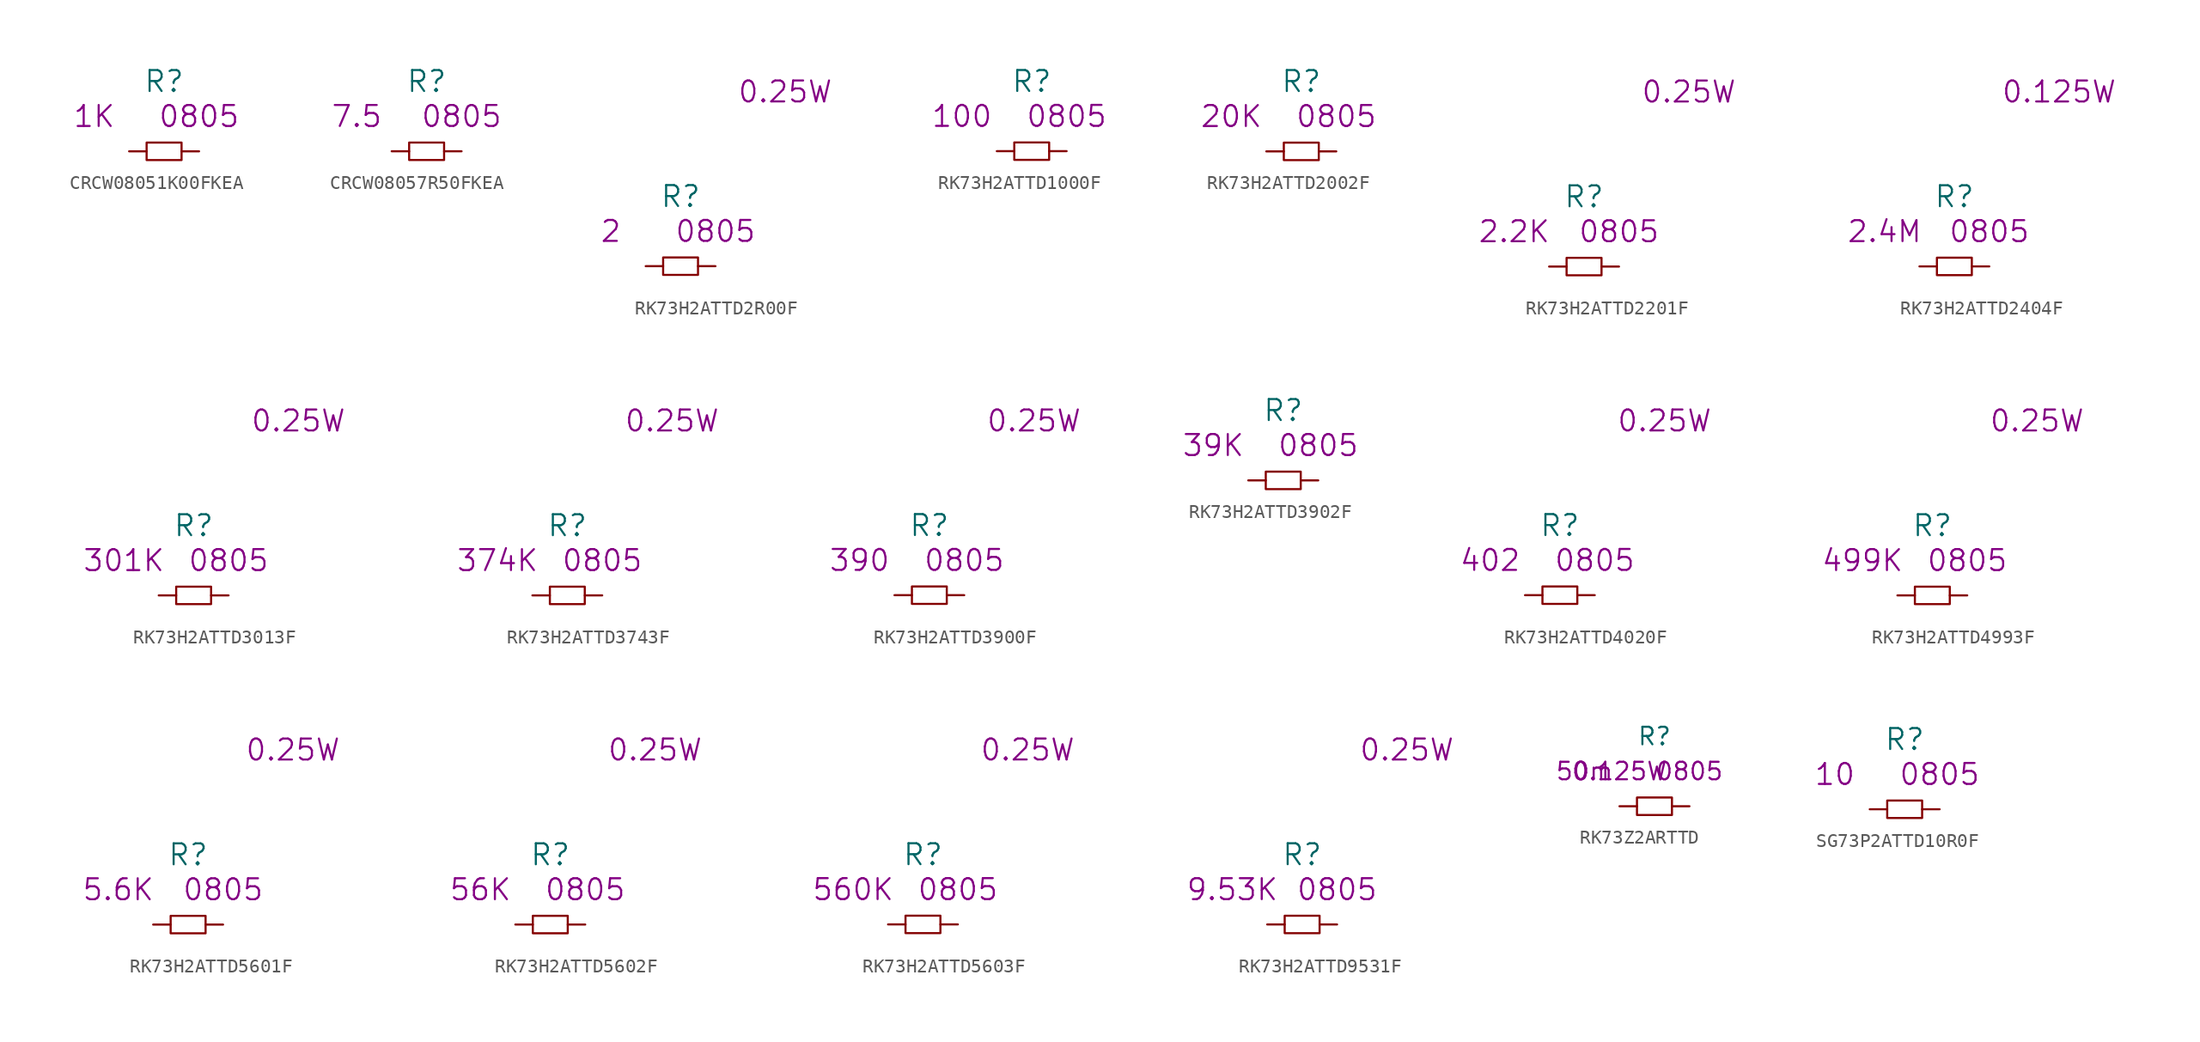
<source format=kicad_sym>
(kicad_symbol_lib
  (version 20220914)
  (generator kicad_symbol_editor)
  (symbol "CRCW08051K00FKEA"
    (pin_numbers hide)
    (pin_names
      (offset 1.016) hide)
    (property "Reference" "R"
      (at 0 5.08 0)
      (effects (font (size 1.524 1.524))))
    (property "Size" "0805"
      (at 2.54 2.54 0)
      (effects (font (size 1.524 1.524))))
    (property "Value2" "1K"
      (at -5.08 2.54 0)
      (effects (font (size 1.524 1.524))))
    (symbol "CRCW08051K00FKEA_0_1"
      (rectangle (start -1.27 0.635) (end 1.27 -0.635) (stroke (width 0) (type solid)) (fill (type none))))
    (symbol "CRCW08051K00FKEA_1_1"
      (pin passive line (at -2.54 0 0) (length 1.27) (name "1" (effects (font (size 1.27 1.27)))) (number "1" (effects (font (size 1.27 1.27)))))
      (pin passive line (at 2.54 0 180) (length 1.27) (name "2" (effects (font (size 1.27 1.27)))) (number "2" (effects (font (size 1.27 1.27)))))))
  (symbol "CRCW08057R50FKEA"
    (pin_numbers hide)
    (pin_names
      (offset 1.016) hide)
    (property "Reference" "R"
      (at 0 5.08 0)
      (effects (font (size 1.524 1.524))))
    (property "Size" "0805"
      (at 2.54 2.54 0)
      (effects (font (size 1.524 1.524))))
    (property "Value2" "7.5"
      (at -5.08 2.54 0)
      (effects (font (size 1.524 1.524))))
    (symbol "CRCW08057R50FKEA_0_1"
      (rectangle (start -1.27 0.635) (end 1.27 -0.635) (stroke (width 0) (type solid)) (fill (type none))))
    (symbol "CRCW08057R50FKEA_1_1"
      (pin passive line (at -2.54 0 0) (length 1.27) (name "1" (effects (font (size 1.27 1.27)))) (number "1" (effects (font (size 1.27 1.27)))))
      (pin passive line (at 2.54 0 180) (length 1.27) (name "2" (effects (font (size 1.27 1.27)))) (number "2" (effects (font (size 1.27 1.27)))))))
  (symbol "RK73H2ATTD2R00F"
    (pin_numbers hide)
    (pin_names
      (offset 1.016) hide)
    (property "Reference" "R"
      (at 0 5.08 0)
      (effects (font (size 1.524 1.524))))
    (property "Size" "0805"
      (at 2.54 2.54 0)
      (effects (font (size 1.524 1.524))))
    (property "Value2" "2"
      (at -5.08 2.54 0)
      (effects (font (size 1.524 1.524))))
    (property "Rating" "0.25W"
      (at 7.62 12.7 0)
      (effects (font (size 1.524 1.524))))
    (symbol "RK73H2ATTD2R00F_0_1"
      (rectangle (start -1.27 0.635) (end 1.27 -0.635) (stroke (width 0) (type solid)) (fill (type none))))
    (symbol "RK73H2ATTD2R00F_1_1"
      (pin passive line (at -2.54 0 0) (length 1.27) (name "1" (effects (font (size 1.27 1.27)))) (number "1" (effects (font (size 1.27 1.27)))))
      (pin passive line (at 2.54 0 180) (length 1.27) (name "2" (effects (font (size 1.27 1.27)))) (number "2" (effects (font (size 1.27 1.27)))))))
  (symbol "RK73H2ATTD1000F"
    (pin_numbers hide)
    (pin_names
      (offset 1.016) hide)
    (property "Reference" "R"
      (at 0 5.08 0)
      (effects (font (size 1.524 1.524))))
    (property "Size" "0805"
      (at 2.54 2.54 0)
      (effects (font (size 1.524 1.524))))
    (property "Value2" "100"
      (at -5.08 2.54 0)
      (effects (font (size 1.524 1.524))))
    (symbol "RK73H2ATTD1000F_0_1"
      (rectangle (start -1.27 0.635) (end 1.27 -0.635) (stroke (width 0) (type solid)) (fill (type none))))
    (symbol "RK73H2ATTD1000F_1_1"
      (pin passive line (at -2.54 0 0) (length 1.27) (name "1" (effects (font (size 1.27 1.27)))) (number "1" (effects (font (size 1.27 1.27)))))
      (pin passive line (at 2.54 0 180) (length 1.27) (name "2" (effects (font (size 1.27 1.27)))) (number "2" (effects (font (size 1.27 1.27)))))))
  (symbol "RK73H2ATTD2002F"
    (pin_numbers hide)
    (pin_names
      (offset 1.016) hide)
    (property "Reference" "R"
      (at 0 5.08 0)
      (effects (font (size 1.524 1.524))))
    (property "Size" "0805"
      (at 2.54 2.54 0)
      (effects (font (size 1.524 1.524))))
    (property "Value2" "20K"
      (at -5.08 2.54 0)
      (effects (font (size 1.524 1.524))))
    (symbol "RK73H2ATTD2002F_0_1"
      (rectangle (start -1.27 0.635) (end 1.27 -0.635) (stroke (width 0) (type solid)) (fill (type none))))
    (symbol "RK73H2ATTD2002F_1_1"
      (pin passive line (at -2.54 0 0) (length 1.27) (name "1" (effects (font (size 1.27 1.27)))) (number "1" (effects (font (size 1.27 1.27)))))
      (pin passive line (at 2.54 0 180) (length 1.27) (name "2" (effects (font (size 1.27 1.27)))) (number "2" (effects (font (size 1.27 1.27)))))))
  (symbol "RK73H2ATTD2201F"
    (pin_numbers hide)
    (pin_names
      (offset 1.016) hide)
    (property "Reference" "R"
      (at 0 5.08 0)
      (effects (font (size 1.524 1.524))))
    (property "Size" "0805"
      (at 2.54 2.54 0)
      (effects (font (size 1.524 1.524))))
    (property "Value2" "2.2K"
      (at -5.08 2.54 0)
      (effects (font (size 1.524 1.524))))
    (property "Rating" "0.25W"
      (at 7.62 12.7 0)
      (effects (font (size 1.524 1.524))))
    (symbol "RK73H2ATTD2201F_0_1"
      (rectangle (start -1.27 0.635) (end 1.27 -0.635) (stroke (width 0) (type solid)) (fill (type none))))
    (symbol "RK73H2ATTD2201F_1_1"
      (pin passive line (at -2.54 0 0) (length 1.27) (name "1" (effects (font (size 1.27 1.27)))) (number "1" (effects (font (size 1.27 1.27)))))
      (pin passive line (at 2.54 0 180) (length 1.27) (name "2" (effects (font (size 1.27 1.27)))) (number "2" (effects (font (size 1.27 1.27)))))))
  (symbol "RK73H2ATTD2404F"
    (pin_numbers hide)
    (pin_names
      (offset 1.016) hide)
    (property "Reference" "R"
      (at 0 5.08 0)
      (effects (font (size 1.524 1.524))))
    (property "Size" "0805"
      (at 2.54 2.54 0)
      (effects (font (size 1.524 1.524))))
    (property "Value2" "2.4M"
      (at -5.08 2.54 0)
      (effects (font (size 1.524 1.524))))
    (property "Rating" "0.125W"
      (at 7.62 12.7 0)
      (effects (font (size 1.524 1.524))))
    (symbol "RK73H2ATTD2404F_0_1"
      (rectangle (start -1.27 0.635) (end 1.27 -0.635) (stroke (width 0) (type solid)) (fill (type none))))
    (symbol "RK73H2ATTD2404F_1_1"
      (pin passive line (at -2.54 0 0) (length 1.27) (name "1" (effects (font (size 1.27 1.27)))) (number "1" (effects (font (size 1.27 1.27)))))
      (pin passive line (at 2.54 0 180) (length 1.27) (name "2" (effects (font (size 1.27 1.27)))) (number "2" (effects (font (size 1.27 1.27)))))))
  (symbol "RK73H2ATTD3013F"
    (pin_numbers hide)
    (pin_names
      (offset 1.016) hide)
    (property "Reference" "R"
      (at 0 5.08 0)
      (effects (font (size 1.524 1.524))))
    (property "Size" "0805"
      (at 2.54 2.54 0)
      (effects (font (size 1.524 1.524))))
    (property "Value2" "301K"
      (at -5.08 2.54 0)
      (effects (font (size 1.524 1.524))))
    (property "Rating" "0.25W"
      (at 7.62 12.7 0)
      (effects (font (size 1.524 1.524))))
    (symbol "RK73H2ATTD3013F_0_1"
      (rectangle (start -1.27 0.635) (end 1.27 -0.635) (stroke (width 0) (type solid)) (fill (type none))))
    (symbol "RK73H2ATTD3013F_1_1"
      (pin passive line (at -2.54 0 0) (length 1.27) (name "1" (effects (font (size 1.27 1.27)))) (number "1" (effects (font (size 1.27 1.27)))))
      (pin passive line (at 2.54 0 180) (length 1.27) (name "2" (effects (font (size 1.27 1.27)))) (number "2" (effects (font (size 1.27 1.27)))))))
  (symbol "RK73H2ATTD3743F"
    (pin_numbers hide)
    (pin_names
      (offset 1.016) hide)
    (property "Reference" "R"
      (at 0 5.08 0)
      (effects (font (size 1.524 1.524))))
    (property "Size" "0805"
      (at 2.54 2.54 0)
      (effects (font (size 1.524 1.524))))
    (property "Value2" "374K"
      (at -5.08 2.54 0)
      (effects (font (size 1.524 1.524))))
    (property "Rating" "0.25W"
      (at 7.62 12.7 0)
      (effects (font (size 1.524 1.524))))
    (symbol "RK73H2ATTD3743F_0_1"
      (rectangle (start -1.27 0.635) (end 1.27 -0.635) (stroke (width 0) (type solid)) (fill (type none))))
    (symbol "RK73H2ATTD3743F_1_1"
      (pin passive line (at -2.54 0 0) (length 1.27) (name "1" (effects (font (size 1.27 1.27)))) (number "1" (effects (font (size 1.27 1.27)))))
      (pin passive line (at 2.54 0 180) (length 1.27) (name "2" (effects (font (size 1.27 1.27)))) (number "2" (effects (font (size 1.27 1.27)))))))
  (symbol "RK73H2ATTD3900F"
    (pin_numbers hide)
    (pin_names
      (offset 1.016) hide)
    (property "Reference" "R"
      (at 0 5.08 0)
      (effects (font (size 1.524 1.524))))
    (property "Size" "0805"
      (at 2.54 2.54 0)
      (effects (font (size 1.524 1.524))))
    (property "Value2" "390"
      (at -5.08 2.54 0)
      (effects (font (size 1.524 1.524))))
    (property "Rating" "0.25W"
      (at 7.62 12.7 0)
      (effects (font (size 1.524 1.524))))
    (symbol "RK73H2ATTD3900F_0_1"
      (rectangle (start -1.27 0.635) (end 1.27 -0.635) (stroke (width 0) (type solid)) (fill (type none))))
    (symbol "RK73H2ATTD3900F_1_1"
      (pin passive line (at -2.54 0 0) (length 1.27) (name "1" (effects (font (size 1.27 1.27)))) (number "1" (effects (font (size 1.27 1.27)))))
      (pin passive line (at 2.54 0 180) (length 1.27) (name "2" (effects (font (size 1.27 1.27)))) (number "2" (effects (font (size 1.27 1.27)))))))
  (symbol "RK73H2ATTD3902F"
    (pin_numbers hide)
    (pin_names
      (offset 1.016) hide)
    (property "Reference" "R"
      (at 0 5.08 0)
      (effects (font (size 1.524 1.524))))
    (property "Size" "0805"
      (at 2.54 2.54 0)
      (effects (font (size 1.524 1.524))))
    (property "Value2" "39K"
      (at -5.08 2.54 0)
      (effects (font (size 1.524 1.524))))
    (symbol "RK73H2ATTD3902F_0_1"
      (rectangle (start -1.27 0.635) (end 1.27 -0.635) (stroke (width 0) (type solid)) (fill (type none))))
    (symbol "RK73H2ATTD3902F_1_1"
      (pin passive line (at -2.54 0 0) (length 1.27) (name "1" (effects (font (size 1.27 1.27)))) (number "1" (effects (font (size 1.27 1.27)))))
      (pin passive line (at 2.54 0 180) (length 1.27) (name "2" (effects (font (size 1.27 1.27)))) (number "2" (effects (font (size 1.27 1.27)))))))
  (symbol "RK73H2ATTD4020F"
    (pin_numbers hide)
    (pin_names
      (offset 1.016) hide)
    (property "Reference" "R"
      (at 0 5.08 0)
      (effects (font (size 1.524 1.524))))
    (property "Size" "0805"
      (at 2.54 2.54 0)
      (effects (font (size 1.524 1.524))))
    (property "Value2" "402"
      (at -5.08 2.54 0)
      (effects (font (size 1.524 1.524))))
    (property "Rating" "0.25W"
      (at 7.62 12.7 0)
      (effects (font (size 1.524 1.524))))
    (symbol "RK73H2ATTD4020F_0_1"
      (rectangle (start -1.27 0.635) (end 1.27 -0.635) (stroke (width 0) (type solid)) (fill (type none))))
    (symbol "RK73H2ATTD4020F_1_1"
      (pin passive line (at -2.54 0 0) (length 1.27) (name "1" (effects (font (size 1.27 1.27)))) (number "1" (effects (font (size 1.27 1.27)))))
      (pin passive line (at 2.54 0 180) (length 1.27) (name "2" (effects (font (size 1.27 1.27)))) (number "2" (effects (font (size 1.27 1.27)))))))
  (symbol "RK73H2ATTD4993F"
    (pin_numbers hide)
    (pin_names
      (offset 1.016) hide)
    (property "Reference" "R"
      (at 0 5.08 0)
      (effects (font (size 1.524 1.524))))
    (property "Size" "0805"
      (at 2.54 2.54 0)
      (effects (font (size 1.524 1.524))))
    (property "Value2" "499K"
      (at -5.08 2.54 0)
      (effects (font (size 1.524 1.524))))
    (property "Rating" "0.25W"
      (at 7.62 12.7 0)
      (effects (font (size 1.524 1.524))))
    (symbol "RK73H2ATTD4993F_0_1"
      (rectangle (start -1.27 0.635) (end 1.27 -0.635) (stroke (width 0) (type solid)) (fill (type none))))
    (symbol "RK73H2ATTD4993F_1_1"
      (pin passive line (at -2.54 0 0) (length 1.27) (name "1" (effects (font (size 1.27 1.27)))) (number "1" (effects (font (size 1.27 1.27)))))
      (pin passive line (at 2.54 0 180) (length 1.27) (name "2" (effects (font (size 1.27 1.27)))) (number "2" (effects (font (size 1.27 1.27)))))))
  (symbol "RK73H2ATTD5601F"
    (pin_numbers hide)
    (pin_names
      (offset 1.016) hide)
    (property "Reference" "R"
      (at 0 5.08 0)
      (effects (font (size 1.524 1.524))))
    (property "Size" "0805"
      (at 2.54 2.54 0)
      (effects (font (size 1.524 1.524))))
    (property "Value2" "5.6K"
      (at -5.08 2.54 0)
      (effects (font (size 1.524 1.524))))
    (property "Rating" "0.25W"
      (at 7.62 12.7 0)
      (effects (font (size 1.524 1.524))))
    (symbol "RK73H2ATTD5601F_0_1"
      (rectangle (start -1.27 0.635) (end 1.27 -0.635) (stroke (width 0) (type solid)) (fill (type none))))
    (symbol "RK73H2ATTD5601F_1_1"
      (pin passive line (at -2.54 0 0) (length 1.27) (name "1" (effects (font (size 1.27 1.27)))) (number "1" (effects (font (size 1.27 1.27)))))
      (pin passive line (at 2.54 0 180) (length 1.27) (name "2" (effects (font (size 1.27 1.27)))) (number "2" (effects (font (size 1.27 1.27)))))))
  (symbol "RK73H2ATTD5602F"
    (pin_numbers hide)
    (pin_names
      (offset 1.016) hide)
    (property "Reference" "R"
      (at 0 5.08 0)
      (effects (font (size 1.524 1.524))))
    (property "Size" "0805"
      (at 2.54 2.54 0)
      (effects (font (size 1.524 1.524))))
    (property "Value2" "56K"
      (at -5.08 2.54 0)
      (effects (font (size 1.524 1.524))))
    (property "Rating" "0.25W"
      (at 7.62 12.7 0)
      (effects (font (size 1.524 1.524))))
    (symbol "RK73H2ATTD5602F_0_1"
      (rectangle (start -1.27 0.635) (end 1.27 -0.635) (stroke (width 0) (type solid)) (fill (type none))))
    (symbol "RK73H2ATTD5602F_1_1"
      (pin passive line (at -2.54 0 0) (length 1.27) (name "1" (effects (font (size 1.27 1.27)))) (number "1" (effects (font (size 1.27 1.27)))))
      (pin passive line (at 2.54 0 180) (length 1.27) (name "2" (effects (font (size 1.27 1.27)))) (number "2" (effects (font (size 1.27 1.27)))))))
  (symbol "RK73H2ATTD5603F"
    (pin_numbers hide)
    (pin_names
      (offset 1.016) hide)
    (property "Reference" "R"
      (at 0 5.08 0)
      (effects (font (size 1.524 1.524))))
    (property "Size" "0805"
      (at 2.54 2.54 0)
      (effects (font (size 1.524 1.524))))
    (property "Value2" "560K"
      (at -5.08 2.54 0)
      (effects (font (size 1.524 1.524))))
    (property "Rating" "0.25W"
      (at 7.62 12.7 0)
      (effects (font (size 1.524 1.524))))
    (symbol "RK73H2ATTD5603F_0_1"
      (rectangle (start -1.27 0.635) (end 1.27 -0.635) (stroke (width 0) (type solid)) (fill (type none))))
    (symbol "RK73H2ATTD5603F_1_1"
      (pin passive line (at -2.54 0 0) (length 1.27) (name "1" (effects (font (size 1.27 1.27)))) (number "1" (effects (font (size 1.27 1.27)))))
      (pin passive line (at 2.54 0 180) (length 1.27) (name "2" (effects (font (size 1.27 1.27)))) (number "2" (effects (font (size 1.27 1.27)))))))
  (symbol "RK73H2ATTD9531F"
    (pin_numbers hide)
    (pin_names
      (offset 1.016) hide)
    (property "Reference" "R"
      (at 0 5.08 0)
      (effects (font (size 1.524 1.524))))
    (property "Size" "0805"
      (at 2.54 2.54 0)
      (effects (font (size 1.524 1.524))))
    (property "Value2" "9.53K"
      (at -5.08 2.54 0)
      (effects (font (size 1.524 1.524))))
    (property "Rating" "0.25W"
      (at 7.62 12.7 0)
      (effects (font (size 1.524 1.524))))
    (symbol "RK73H2ATTD9531F_0_1"
      (rectangle (start -1.27 0.635) (end 1.27 -0.635) (stroke (width 0) (type solid)) (fill (type none))))
    (symbol "RK73H2ATTD9531F_1_1"
      (pin passive line (at -2.54 0 0) (length 1.27) (name "1" (effects (font (size 1.27 1.27)))) (number "1" (effects (font (size 1.27 1.27)))))
      (pin passive line (at 2.54 0 180) (length 1.27) (name "2" (effects (font (size 1.27 1.27)))) (number "2" (effects (font (size 1.27 1.27)))))))
  (symbol "RK73Z2ARTTD"
    (pin_numbers hide)
    (pin_names
      (offset 1.016) hide)
    (property "Reference" "R"
      (at 0 5.08 0)
      (effects (font (size 1.27 1.27))))
    (property "Size" "0805"
      (at 2.54 2.54 0)
      (effects (font (size 1.27 1.27))))
    (property "Value2" "50m"
      (at -5.08 2.54 0)
      (effects (font (size 1.27 1.27))))
    (property "Rating" "0.125W"
      (at -2.54 2.54 0)
      (effects (font (size 1.27 1.27))))
    (symbol "RK73Z2ARTTD_0_1"
      (rectangle (start -1.27 0.635) (end 1.27 -0.635) (stroke (width 0) (type solid)) (fill (type none))))
    (symbol "RK73Z2ARTTD_1_1"
      (pin passive line (at -2.54 0 0) (length 1.27) (name "1" (effects (font (size 1.27 1.27)))) (number "1" (effects (font (size 1.27 1.27)))))
      (pin passive line (at 2.54 0 180) (length 1.27) (name "2" (effects (font (size 1.27 1.27)))) (number "2" (effects (font (size 1.27 1.27)))))))
  (symbol "SG73P2ATTD10R0F"
    (pin_numbers hide)
    (pin_names
      (offset 1.016) hide)
    (property "Reference" "R"
      (at 0 5.08 0)
      (effects (font (size 1.524 1.524))))
    (property "Size" "0805"
      (at 2.54 2.54 0)
      (effects (font (size 1.524 1.524))))
    (property "Value2" "10"
      (at -5.08 2.54 0)
      (effects (font (size 1.524 1.524))))
    (symbol "SG73P2ATTD10R0F_0_1"
      (rectangle (start -1.27 0.635) (end 1.27 -0.635) (stroke (width 0) (type solid)) (fill (type none))))
    (symbol "SG73P2ATTD10R0F_1_1"
      (pin passive line (at -2.54 0 0) (length 1.27) (name "1" (effects (font (size 1.27 1.27)))) (number "1" (effects (font (size 1.27 1.27)))))
      (pin passive line (at 2.54 0 180) (length 1.27) (name "2" (effects (font (size 1.27 1.27)))) (number "2" (effects (font (size 1.27 1.27))))))))
</source>
